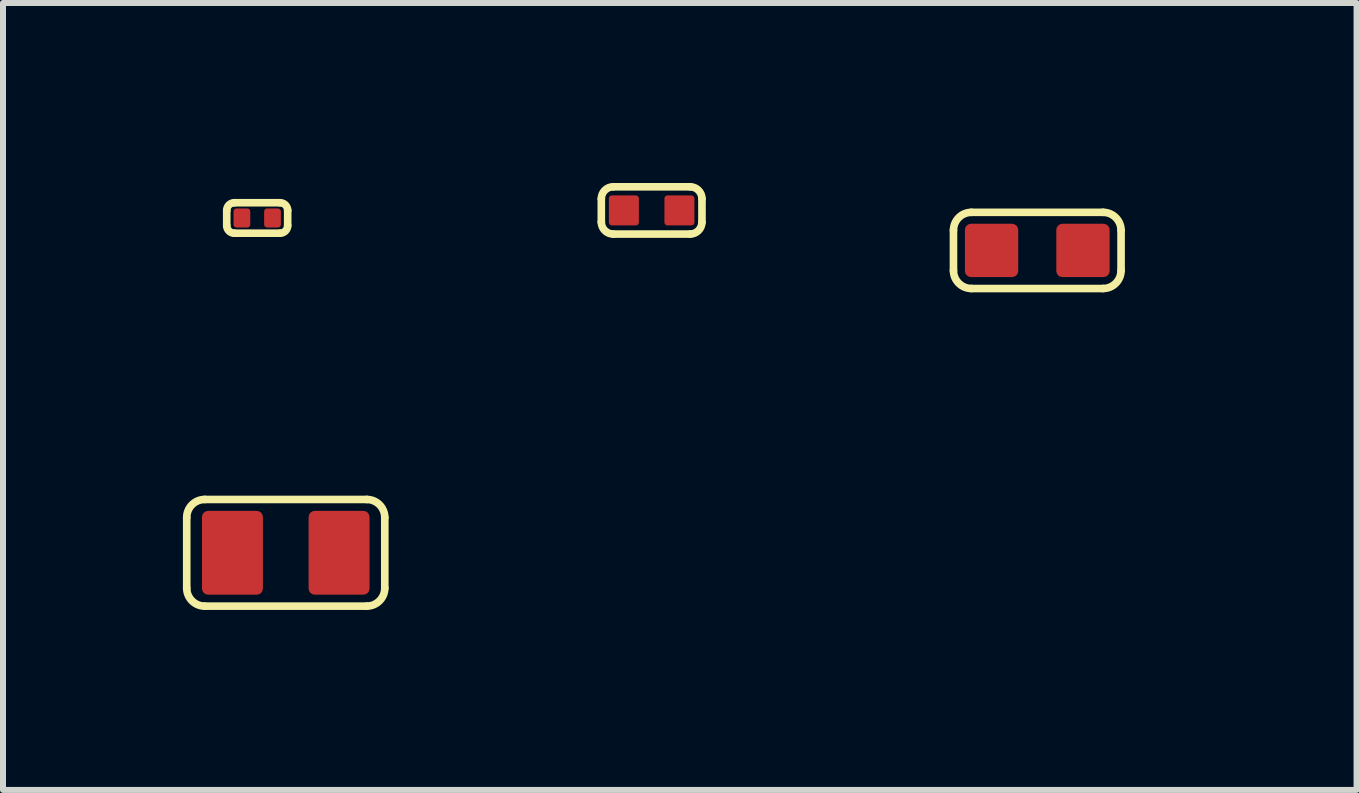
<source format=kicad_pcb>
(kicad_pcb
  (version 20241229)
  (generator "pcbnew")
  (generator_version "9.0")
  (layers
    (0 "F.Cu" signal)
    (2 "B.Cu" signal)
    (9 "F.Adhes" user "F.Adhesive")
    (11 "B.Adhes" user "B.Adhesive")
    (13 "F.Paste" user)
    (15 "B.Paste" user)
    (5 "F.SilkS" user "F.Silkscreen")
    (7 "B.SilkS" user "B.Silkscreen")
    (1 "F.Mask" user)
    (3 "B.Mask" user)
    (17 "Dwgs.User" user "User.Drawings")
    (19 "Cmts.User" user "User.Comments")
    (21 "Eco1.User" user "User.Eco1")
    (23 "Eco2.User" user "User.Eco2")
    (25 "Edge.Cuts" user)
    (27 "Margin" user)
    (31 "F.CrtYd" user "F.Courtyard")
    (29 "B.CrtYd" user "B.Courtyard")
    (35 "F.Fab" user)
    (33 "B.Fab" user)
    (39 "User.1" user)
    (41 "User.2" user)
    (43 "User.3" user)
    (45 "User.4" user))
  (footprint "C0201"
    (layer "F.Cu")
    (at 1.238 0.584)
    (property "Reference" "C0201" (at 0.345 -0.193 0) (unlocked yes) (layer "Eco1.User") (effects (font (size 0.33 0.33) (thickness 0.02)) (justify left bottom mirror)))
    (fp_line (start -0.508 0.127) (end -0.508 -0.127) (stroke (width 0.127) (type solid)) (layer "F.SilkS"))
    (fp_line (start 0.381 -0.254) (end -0.381 -0.254) (stroke (width 0.127) (type solid)) (layer "F.SilkS"))
    (fp_line (start 0.381 0.254) (end -0.381 0.254) (stroke (width 0.127) (type solid)) (layer "F.SilkS"))
    (fp_line (start 0.508 0.127) (end 0.508 -0.127) (stroke (width 0.127) (type solid)) (layer "F.SilkS"))
    (fp_arc (start -0.508 -0.127) (mid -0.470803 -0.216803) (end -0.381 -0.254) (stroke (width 0.127) (type solid)) (layer "F.SilkS"))
    (fp_arc (start -0.381 0.254) (mid -0.470803 0.216803) (end -0.508 0.127) (stroke (width 0.127) (type solid)) (layer "F.SilkS"))
    (fp_arc (start 0.381 -0.254) (mid 0.470803 -0.216803) (end 0.508 -0.127) (stroke (width 0.127) (type solid)) (layer "F.SilkS"))
    (fp_arc (start 0.508 0.127) (mid 0.470803 0.216803) (end 0.381 0.254) (stroke (width 0.127) (type solid)) (layer "F.SilkS"))
    (fp_line (start -0.381 0.254) (end -0.381 -0.254) (stroke (width 0.025) (type solid)) (layer "Eco1.User"))
    (fp_line (start 0.381 -0.254) (end -0.381 -0.254) (stroke (width 0.025) (type solid)) (layer "Eco1.User"))
    (fp_line (start 0.381 0.254) (end -0.381 0.254) (stroke (width 0.025) (type solid)) (layer "Eco1.User"))
    (fp_line (start 0.381 0.254) (end 0.381 -0.254) (stroke (width 0.025) (type solid)) (layer "Eco1.User"))
    (fp_poly (pts (xy -0.381 0.254) (xy -0.381 -0.254) (xy 0.381 -0.254) (xy 0.381 0.254)) (stroke (width 0.1) (type default)) (fill no) (layer "User.8"))
    (fp_text user "2" (at 0.001 0.078 180) (unlocked yes) (layer "Eco1.User") (effects (font (size 0.635 0.635) (thickness 0.041)) (justify left bottom mirror)))
    (fp_text user "1" (at -0.509 0.078 180) (unlocked yes) (layer "Eco1.User") (effects (font (size 0.635 0.635) (thickness 0.041)) (justify left bottom mirror)))
    (fp_text user "100nF" (at -0.254 0.332 180) (unlocked yes) (layer "Eco1.User") (effects (font (size 0.635 0.635) (thickness 0.041)) (justify left bottom mirror)))
    (pad "1" smd roundrect (at -0.255 0 180) (size 0.279 0.318) (layers "F.Cu" "F.Mask" "F.Paste") (roundrect_rratio 0.18))
    (pad "2" smd roundrect (at 0.255 0 180) (size 0.279 0.318) (layers "F.Cu" "F.Mask" "F.Paste") (roundrect_rratio 0.18)))
  (footprint "C0603"
    (layer "F.Cu")
    (at 14.243 1.125)
    (property "Reference" "C0603" (at 0 -0.734 0) (unlocked yes) (layer "Eco1.User") (effects (font (size 0.33 0.33) (thickness 0.02)) (justify left bottom mirror)))
    (fp_line (start -1.397 0.335) (end -1.397 -0.335) (stroke (width 0.127) (type solid)) (layer "F.SilkS"))
    (fp_line (start -1.097 -0.635) (end 1.097 -0.635) (stroke (width 0.127) (type solid)) (layer "F.SilkS"))
    (fp_line (start -1.097 0.635) (end 1.097 0.635) (stroke (width 0.127) (type solid)) (layer "F.SilkS"))
    (fp_line (start 1.397 0.335) (end 1.397 -0.335) (stroke (width 0.127) (type solid)) (layer "F.SilkS"))
    (fp_arc (start -1.397 -0.335026) (mid -1.309132 -0.547132) (end -1.097025 -0.635) (stroke (width 0.127) (type solid)) (layer "F.SilkS"))
    (fp_arc (start -1.097026 0.635) (mid -1.309132 0.547132) (end -1.397 0.335025) (stroke (width 0.127) (type solid)) (layer "F.SilkS"))
    (fp_arc (start 1.097026 -0.635) (mid 1.309132 -0.547132) (end 1.397 -0.335025) (stroke (width 0.127) (type solid)) (layer "F.SilkS"))
    (fp_arc (start 1.397 0.335026) (mid 1.309132 0.547132) (end 1.097025 0.635) (stroke (width 0.127) (type solid)) (layer "F.SilkS"))
    (fp_line (start -1.397 -0.635) (end 1.397 -0.635) (stroke (width 0.025) (type solid)) (layer "Eco1.User"))
    (fp_line (start -1.397 0.635) (end -1.397 -0.635) (stroke (width 0.025) (type solid)) (layer "Eco1.User"))
    (fp_line (start -1.397 0.635) (end 1.397 0.635) (stroke (width 0.025) (type solid)) (layer "Eco1.User"))
    (fp_line (start 1.397 0.635) (end 1.397 -0.635) (stroke (width 0.025) (type solid)) (layer "Eco1.User"))
    (fp_poly (pts (xy -1.397 0.635) (xy -1.397 -0.635) (xy 1.397 -0.635) (xy 1.397 0.635)) (stroke (width 0.1) (type default)) (fill no) (layer "User.8"))
    (fp_text user "1" (at -0.762 -0.176 180) (unlocked yes) (layer "Eco1.User") (effects (font (size 0.635 0.635) (thickness 0.041)) (justify left bottom mirror)))
    (fp_text user "2" (at 0.762 -0.176 180) (unlocked yes) (layer "Eco1.User") (effects (font (size 0.635 0.635) (thickness 0.041)) (justify left bottom mirror)))
    (fp_text user "22uF" (at 0 0.332 180) (unlocked yes) (layer "Eco1.User") (effects (font (size 0.635 0.635) (thickness 0.041)) (justify left bottom mirror)))
    (pad "1" smd roundrect (at -0.762 0) (size 0.889 0.889) (layers "F.Cu" "F.Mask" "F.Paste") (roundrect_rratio 0.115))
    (pad "2" smd roundrect (at 0.762 0) (size 0.889 0.889) (layers "F.Cu" "F.Mask" "F.Paste") (roundrect_rratio 0.115)))
  (footprint "C0805"
    (layer "F.Cu")
    (at 1.714 6.166)
    (property "Reference" "C0805" (at 0 -0.526 0) (unlocked yes) (layer "Eco1.User") (effects (font (size 0.33 0.33) (thickness 0.02)) (justify left bottom mirror)))
    (fp_line (start -1.651 0.589) (end -1.651 -0.589) (stroke (width 0.127) (type solid)) (layer "F.SilkS"))
    (fp_line (start -1.351 -0.889) (end 1.351 -0.889) (stroke (width 0.127) (type solid)) (layer "F.SilkS"))
    (fp_line (start -1.351 0.889) (end 1.351 0.889) (stroke (width 0.127) (type solid)) (layer "F.SilkS"))
    (fp_line (start 1.651 0.589) (end 1.651 -0.589) (stroke (width 0.127) (type solid)) (layer "F.SilkS"))
    (fp_arc (start -1.651 -0.589026) (mid -1.563132 -0.801132) (end -1.351025 -0.889) (stroke (width 0.127) (type solid)) (layer "F.SilkS"))
    (fp_arc (start -1.351026 0.889) (mid -1.563132 0.801132) (end -1.651 0.589025) (stroke (width 0.127) (type solid)) (layer "F.SilkS"))
    (fp_arc (start 1.351026 -0.889) (mid 1.563132 -0.801132) (end 1.651 -0.589025) (stroke (width 0.127) (type solid)) (layer "F.SilkS"))
    (fp_arc (start 1.651 0.589026) (mid 1.563132 0.801132) (end 1.351025 0.889) (stroke (width 0.127) (type solid)) (layer "F.SilkS"))
    (fp_line (start -1.651 -0.889) (end 1.651 -0.889) (stroke (width 0.025) (type solid)) (layer "Eco1.User"))
    (fp_line (start -1.651 0.889) (end -1.651 -0.889) (stroke (width 0.025) (type solid)) (layer "Eco1.User"))
    (fp_line (start -1.651 0.889) (end 1.651 0.889) (stroke (width 0.025) (type solid)) (layer "Eco1.User"))
    (fp_line (start 1.651 0.889) (end 1.651 -0.889) (stroke (width 0.025) (type solid)) (layer "Eco1.User"))
    (fp_poly (pts (xy -1.651 0.889) (xy -1.651 -0.889) (xy 1.651 -0.889) (xy 1.651 0.889)) (stroke (width 0.1) (type default)) (fill no) (layer "User.8"))
    (fp_text user "1" (at -0.889 -0.176 180) (unlocked yes) (layer "Eco1.User") (effects (font (size 0.635 0.635) (thickness 0.041)) (justify left bottom mirror)))
    (fp_text user "22uF" (at -0.254 -0.049 180) (unlocked yes) (layer "Eco1.User") (effects (font (size 0.635 0.635) (thickness 0.041)) (justify left bottom mirror)))
    (fp_text user "2" (at 0.889 -0.176 180) (unlocked yes) (layer "Eco1.User") (effects (font (size 0.635 0.635) (thickness 0.041)) (justify left bottom mirror)))
    (pad "1" smd roundrect (at -0.889 0) (size 1.016 1.397) (layers "F.Cu" "F.Mask" "F.Paste") (roundrect_rratio 0.1))
    (pad "2" smd roundrect (at 0.889 0) (size 1.016 1.397) (layers "F.Cu" "F.Mask" "F.Paste") (roundrect_rratio 0.1)))
  (footprint "C0402"
    (layer "F.Cu")
    (at 7.814 0.458)
    (property "Reference" "C0402" (at -0.406 0.167 180) (unlocked yes) (layer "Eco1.User") (effects (font (size 0.33 0.33) (thickness 0.02)) (justify left bottom mirror)))
    (fp_line (start -0.839 -0.195) (end -0.839 0.195) (stroke (width 0.127) (type solid)) (layer "F.SilkS"))
    (fp_line (start 0.639 -0.394) (end -0.639 -0.394) (stroke (width 0.127) (type solid)) (layer "F.SilkS"))
    (fp_line (start 0.639 0.394) (end -0.639 0.394) (stroke (width 0.127) (type solid)) (layer "F.SilkS"))
    (fp_line (start 0.839 -0.195) (end 0.839 0.195) (stroke (width 0.127) (type solid)) (layer "F.SilkS"))
    (fp_arc (start -0.83896 -0.194564) (mid -0.780393 -0.335893) (end -0.639063 -0.39446) (stroke (width 0.127) (type solid)) (layer "F.SilkS"))
    (fp_arc (start -0.639064 0.39446) (mid -0.780393 0.335893) (end -0.83896 0.194563) (stroke (width 0.127) (type solid)) (layer "F.SilkS"))
    (fp_arc (start 0.639064 -0.39446) (mid 0.780393 -0.335893) (end 0.83896 -0.194563) (stroke (width 0.127) (type solid)) (layer "F.SilkS"))
    (fp_arc (start 0.83896 0.194564) (mid 0.780393 0.335893) (end 0.639063 0.39446) (stroke (width 0.127) (type solid)) (layer "F.SilkS"))
    (fp_line (start -0.762 -0.381) (end -0.762 0.381) (stroke (width 0.025) (type solid)) (layer "Eco1.User"))
    (fp_line (start 0.762 -0.381) (end -0.762 -0.381) (stroke (width 0.025) (type solid)) (layer "Eco1.User"))
    (fp_line (start 0.762 -0.381) (end 0.762 0.381) (stroke (width 0.025) (type solid)) (layer "Eco1.User"))
    (fp_line (start 0.762 0.381) (end -0.762 0.381) (stroke (width 0.025) (type solid)) (layer "Eco1.User"))
    (fp_line (start -0.762 -0.381) (end -0.762 0.381) (stroke (width 0.025) (type solid)) (layer "User.8"))
    (fp_line (start 0.762 -0.381) (end -0.762 -0.381) (stroke (width 0.025) (type solid)) (layer "User.8"))
    (fp_line (start 0.762 -0.381) (end 0.762 0.381) (stroke (width 0.025) (type solid)) (layer "User.8"))
    (fp_line (start 0.762 0.381) (end -0.762 0.381) (stroke (width 0.025) (type solid)) (layer "User.8"))
    (fp_text user "2" (at 0.463 0.332 180) (unlocked yes) (layer "Eco1.User") (effects (font (size 0.635 0.635) (thickness 0.041)) (justify left bottom mirror)))
    (fp_text user "1uF" (at 0.127 0.332 180) (unlocked yes) (layer "Eco1.User") (effects (font (size 0.635 0.635) (thickness 0.041)) (justify left bottom mirror)))
    (fp_text user "1" (at -0.463 0.332 180) (unlocked yes) (layer "Eco1.User") (effects (font (size 0.635 0.635) (thickness 0.041)) (justify left bottom mirror)))
    (pad "1" smd roundrect (at -0.463 0 180) (size 0.5 0.5) (layers "F.Cu" "F.Mask" "F.Paste") (roundrect_rratio 0.1))
    (pad "2" smd roundrect (at 0.463 0 180) (size 0.5 0.5) (layers "F.Cu" "F.Mask" "F.Paste") (roundrect_rratio 0.1)))
  (gr_rect
    (start -3 -3)
    (end 19.566 10.119)
    (stroke (width 0.1) (type default))
    (fill no)
    (layer "Edge.Cuts")))
</source>
